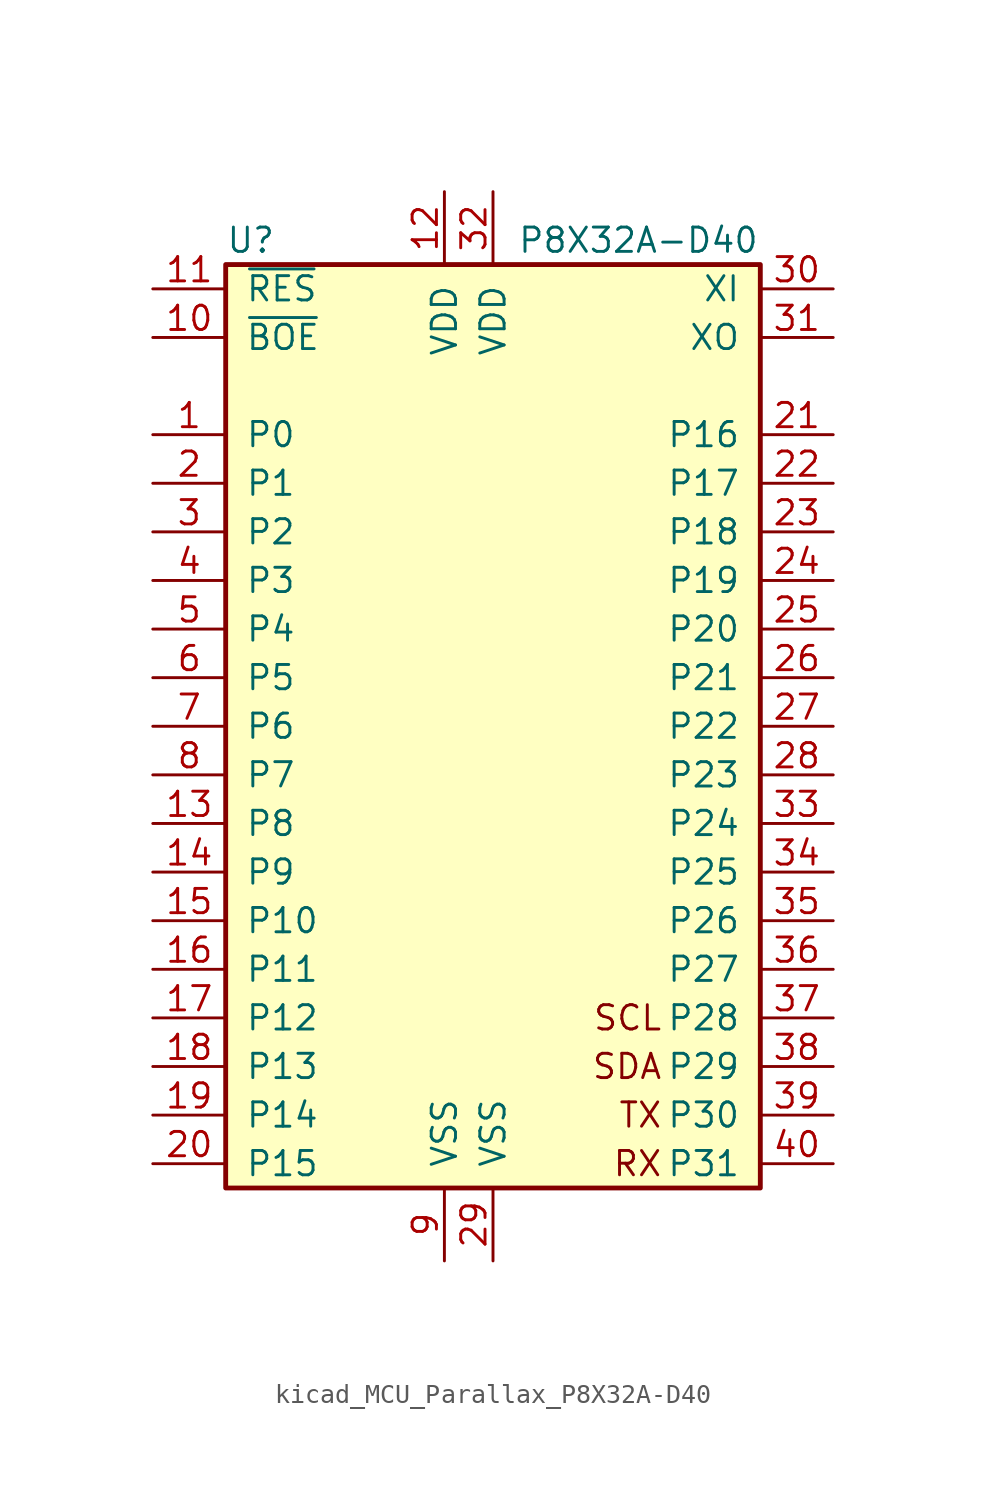
<source format=kicad_sym>
(kicad_symbol_lib
  (version 20220914)
  (generator kicad_symbol_editor)
  (symbol "kicad_MCU_Parallax_P8X32A-D40"
    (pin_names
      (offset 1.016))
    (property "Reference" "U"
      (at -13.97 25.4 0)
      (effects (font (size 1.27 1.27)) (justify left)))
    (property "Value" "P8X32A-D40"
      (at 1.27 25.4 0)
      (effects (font (size 1.27 1.27)) (justify left)))
    (symbol "kicad_MCU_Parallax_P8X32A-D40_0_1"
      (rectangle (start -13.97 24.13) (end 13.97 -24.13) (stroke (width 0.254) (type default)) (fill (type background)))
      (text "RX" (at 8.89 -22.86 0) (effects (font (size 1.27 1.27)) (justify right)))
      (text "SCL" (at 8.89 -15.24 0) (effects (font (size 1.27 1.27)) (justify right)))
      (text "SDA" (at 8.89 -17.78 0) (effects (font (size 1.27 1.27)) (justify right)))
      (text "TX" (at 8.89 -20.32 0) (effects (font (size 1.27 1.27)) (justify right)))
      (pin bidirectional line (at -17.78 15.24 0) (length 3.81) (name "P0" (effects (font (size 1.27 1.27)))) (number "1" (effects (font (size 1.27 1.27)))))
      (pin input line (at -17.78 20.32 0) (length 3.81) (name "~{BOE}" (effects (font (size 1.27 1.27)))) (number "10" (effects (font (size 1.27 1.27)))))
      (pin bidirectional line (at -17.78 22.86 0) (length 3.81) (name "~{RES}" (effects (font (size 1.27 1.27)))) (number "11" (effects (font (size 1.27 1.27)))))
      (pin power_in line (at -2.54 27.94 270) (length 3.81) (name "VDD" (effects (font (size 1.27 1.27)))) (number "12" (effects (font (size 1.27 1.27)))))
      (pin bidirectional line (at -17.78 -5.08 0) (length 3.81) (name "P8" (effects (font (size 1.27 1.27)))) (number "13" (effects (font (size 1.27 1.27)))))
      (pin bidirectional line (at -17.78 -7.62 0) (length 3.81) (name "P9" (effects (font (size 1.27 1.27)))) (number "14" (effects (font (size 1.27 1.27)))))
      (pin bidirectional line (at -17.78 -10.16 0) (length 3.81) (name "P10" (effects (font (size 1.27 1.27)))) (number "15" (effects (font (size 1.27 1.27)))))
      (pin bidirectional line (at -17.78 -12.7 0) (length 3.81) (name "P11" (effects (font (size 1.27 1.27)))) (number "16" (effects (font (size 1.27 1.27)))))
      (pin bidirectional line (at -17.78 -15.24 0) (length 3.81) (name "P12" (effects (font (size 1.27 1.27)))) (number "17" (effects (font (size 1.27 1.27)))))
      (pin bidirectional line (at -17.78 -17.78 0) (length 3.81) (name "P13" (effects (font (size 1.27 1.27)))) (number "18" (effects (font (size 1.27 1.27)))))
      (pin bidirectional line (at -17.78 -20.32 0) (length 3.81) (name "P14" (effects (font (size 1.27 1.27)))) (number "19" (effects (font (size 1.27 1.27)))))
      (pin bidirectional line (at -17.78 12.7 0) (length 3.81) (name "P1" (effects (font (size 1.27 1.27)))) (number "2" (effects (font (size 1.27 1.27)))))
      (pin bidirectional line (at -17.78 -22.86 0) (length 3.81) (name "P15" (effects (font (size 1.27 1.27)))) (number "20" (effects (font (size 1.27 1.27)))))
      (pin bidirectional line (at 17.78 15.24 180) (length 3.81) (name "P16" (effects (font (size 1.27 1.27)))) (number "21" (effects (font (size 1.27 1.27)))))
      (pin bidirectional line (at 17.78 12.7 180) (length 3.81) (name "P17" (effects (font (size 1.27 1.27)))) (number "22" (effects (font (size 1.27 1.27)))))
      (pin bidirectional line (at 17.78 10.16 180) (length 3.81) (name "P18" (effects (font (size 1.27 1.27)))) (number "23" (effects (font (size 1.27 1.27)))))
      (pin bidirectional line (at 17.78 7.62 180) (length 3.81) (name "P19" (effects (font (size 1.27 1.27)))) (number "24" (effects (font (size 1.27 1.27)))))
      (pin bidirectional line (at 17.78 5.08 180) (length 3.81) (name "P20" (effects (font (size 1.27 1.27)))) (number "25" (effects (font (size 1.27 1.27)))))
      (pin bidirectional line (at 17.78 2.54 180) (length 3.81) (name "P21" (effects (font (size 1.27 1.27)))) (number "26" (effects (font (size 1.27 1.27)))))
      (pin bidirectional line (at 17.78 0 180) (length 3.81) (name "P22" (effects (font (size 1.27 1.27)))) (number "27" (effects (font (size 1.27 1.27)))))
      (pin bidirectional line (at 17.78 -2.54 180) (length 3.81) (name "P23" (effects (font (size 1.27 1.27)))) (number "28" (effects (font (size 1.27 1.27)))))
      (pin power_in line (at 0 -27.94 90) (length 3.81) (name "VSS" (effects (font (size 1.27 1.27)))) (number "29" (effects (font (size 1.27 1.27)))))
      (pin bidirectional line (at -17.78 10.16 0) (length 3.81) (name "P2" (effects (font (size 1.27 1.27)))) (number "3" (effects (font (size 1.27 1.27)))))
      (pin input line (at 17.78 22.86 180) (length 3.81) (name "XI" (effects (font (size 1.27 1.27)))) (number "30" (effects (font (size 1.27 1.27)))))
      (pin output line (at 17.78 20.32 180) (length 3.81) (name "XO" (effects (font (size 1.27 1.27)))) (number "31" (effects (font (size 1.27 1.27)))))
      (pin power_in line (at 0 27.94 270) (length 3.81) (name "VDD" (effects (font (size 1.27 1.27)))) (number "32" (effects (font (size 1.27 1.27)))))
      (pin bidirectional line (at 17.78 -5.08 180) (length 3.81) (name "P24" (effects (font (size 1.27 1.27)))) (number "33" (effects (font (size 1.27 1.27)))))
      (pin bidirectional line (at 17.78 -7.62 180) (length 3.81) (name "P25" (effects (font (size 1.27 1.27)))) (number "34" (effects (font (size 1.27 1.27)))))
      (pin bidirectional line (at 17.78 -10.16 180) (length 3.81) (name "P26" (effects (font (size 1.27 1.27)))) (number "35" (effects (font (size 1.27 1.27)))))
      (pin bidirectional line (at 17.78 -12.7 180) (length 3.81) (name "P27" (effects (font (size 1.27 1.27)))) (number "36" (effects (font (size 1.27 1.27)))))
      (pin bidirectional line (at 17.78 -15.24 180) (length 3.81) (name "P28" (effects (font (size 1.27 1.27)))) (number "37" (effects (font (size 1.27 1.27)))))
      (pin bidirectional line (at 17.78 -17.78 180) (length 3.81) (name "P29" (effects (font (size 1.27 1.27)))) (number "38" (effects (font (size 1.27 1.27)))))
      (pin bidirectional line (at 17.78 -20.32 180) (length 3.81) (name "P30" (effects (font (size 1.27 1.27)))) (number "39" (effects (font (size 1.27 1.27)))))
      (pin bidirectional line (at -17.78 7.62 0) (length 3.81) (name "P3" (effects (font (size 1.27 1.27)))) (number "4" (effects (font (size 1.27 1.27)))))
      (pin bidirectional line (at 17.78 -22.86 180) (length 3.81) (name "P31" (effects (font (size 1.27 1.27)))) (number "40" (effects (font (size 1.27 1.27)))))
      (pin bidirectional line (at -17.78 5.08 0) (length 3.81) (name "P4" (effects (font (size 1.27 1.27)))) (number "5" (effects (font (size 1.27 1.27)))))
      (pin bidirectional line (at -17.78 2.54 0) (length 3.81) (name "P5" (effects (font (size 1.27 1.27)))) (number "6" (effects (font (size 1.27 1.27)))))
      (pin bidirectional line (at -17.78 0 0) (length 3.81) (name "P6" (effects (font (size 1.27 1.27)))) (number "7" (effects (font (size 1.27 1.27)))))
      (pin bidirectional line (at -17.78 -2.54 0) (length 3.81) (name "P7" (effects (font (size 1.27 1.27)))) (number "8" (effects (font (size 1.27 1.27)))))
      (pin power_in line (at -2.54 -27.94 90) (length 3.81) (name "VSS" (effects (font (size 1.27 1.27)))) (number "9" (effects (font (size 1.27 1.27))))))))
</source>
